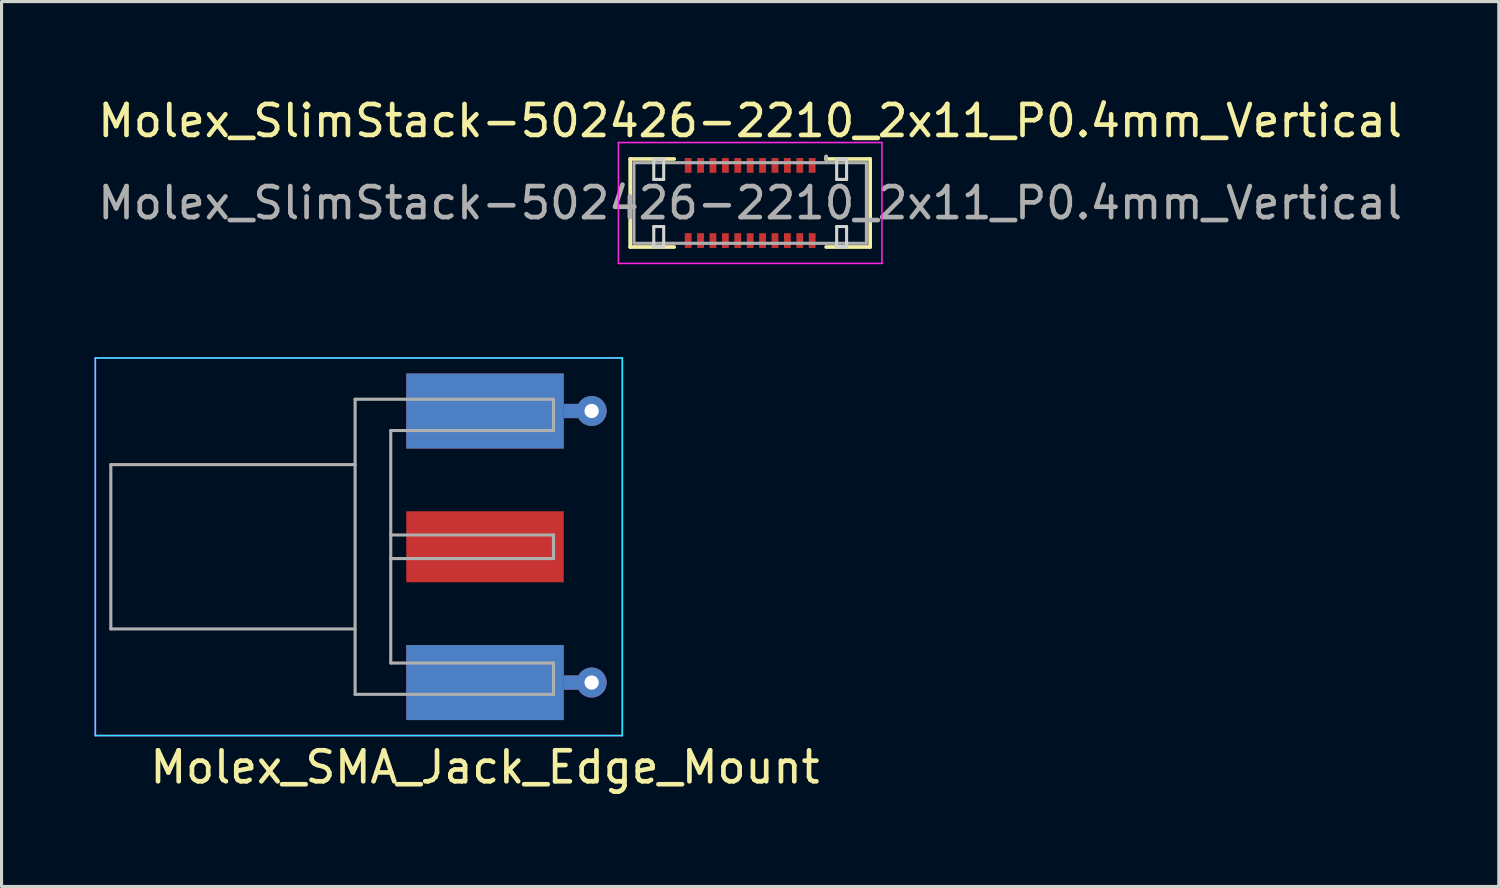
<source format=kicad_pcb>
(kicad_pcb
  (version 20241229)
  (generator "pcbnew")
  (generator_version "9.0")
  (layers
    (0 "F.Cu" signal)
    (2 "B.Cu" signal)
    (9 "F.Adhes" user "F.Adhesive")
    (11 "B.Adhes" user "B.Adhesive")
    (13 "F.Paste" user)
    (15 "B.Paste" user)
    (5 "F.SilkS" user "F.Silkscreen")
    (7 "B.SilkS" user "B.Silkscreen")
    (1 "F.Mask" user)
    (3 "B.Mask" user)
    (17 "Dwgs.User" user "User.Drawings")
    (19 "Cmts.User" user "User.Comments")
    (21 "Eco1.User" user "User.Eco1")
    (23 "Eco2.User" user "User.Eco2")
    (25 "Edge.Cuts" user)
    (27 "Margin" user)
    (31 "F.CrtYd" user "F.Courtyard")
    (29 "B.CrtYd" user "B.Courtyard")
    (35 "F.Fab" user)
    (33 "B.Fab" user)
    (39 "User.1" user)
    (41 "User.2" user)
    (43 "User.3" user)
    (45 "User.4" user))
  (footprint "Molex_SlimStack-502426-2210_2x11_P0.4mm_Vertical"
    (layer "F.Cu")
    (at 21.149 3.498)
    (property "Reference" "Molex_SlimStack-502426-2210_2x11_P0.4mm_Vertical" (at 0 -2.65 0) (layer "F.SilkS") (effects (font (size 1 1) (thickness 0.15))))
    (attr smd)
    (fp_line (start -3.87 -1.42) (end -2.45 -1.42) (stroke (width 0.12) (type solid)) (layer "F.SilkS"))
    (fp_line (start -3.87 1.42) (end -3.87 -1.42) (stroke (width 0.12) (type solid)) (layer "F.SilkS"))
    (fp_line (start -2.45 1.42) (end -3.87 1.42) (stroke (width 0.12) (type solid)) (layer "F.SilkS"))
    (fp_line (start 2.45 -1.42) (end 2.45 -1.5) (stroke (width 0.12) (type solid)) (layer "F.SilkS"))
    (fp_line (start 2.45 1.42) (end 3.87 1.42) (stroke (width 0.12) (type solid)) (layer "F.SilkS"))
    (fp_line (start 3.87 -1.42) (end 2.45 -1.42) (stroke (width 0.12) (type solid)) (layer "F.SilkS"))
    (fp_line (start 3.87 1.42) (end 3.87 -1.42) (stroke (width 0.12) (type solid)) (layer "F.SilkS"))
    (fp_line (start -3.11 -1.41) (end -3.11 -0.76) (stroke (width 0.1) (type solid)) (layer "Edge.Cuts"))
    (fp_line (start -3.11 -0.76) (end -2.79 -0.76) (stroke (width 0.1) (type solid)) (layer "Edge.Cuts"))
    (fp_line (start -3.11 0.76) (end -3.11 1.41) (stroke (width 0.1) (type solid)) (layer "Edge.Cuts"))
    (fp_line (start -3.11 1.41) (end -2.79 1.41) (stroke (width 0.1) (type solid)) (layer "Edge.Cuts"))
    (fp_line (start -2.79 -1.41) (end -3.11 -1.41) (stroke (width 0.1) (type solid)) (layer "Edge.Cuts"))
    (fp_line (start -2.79 -0.76) (end -2.79 -1.41) (stroke (width 0.1) (type solid)) (layer "Edge.Cuts"))
    (fp_line (start -2.79 0.76) (end -3.11 0.76) (stroke (width 0.1) (type solid)) (layer "Edge.Cuts"))
    (fp_line (start -2.79 1.41) (end -2.79 0.76) (stroke (width 0.1) (type solid)) (layer "Edge.Cuts"))
    (fp_line (start 2.79 -1.41) (end 2.79 -0.76) (stroke (width 0.1) (type solid)) (layer "Edge.Cuts"))
    (fp_line (start 2.79 -0.76) (end 3.11 -0.76) (stroke (width 0.1) (type solid)) (layer "Edge.Cuts"))
    (fp_line (start 2.79 0.76) (end 2.79 1.41) (stroke (width 0.1) (type solid)) (layer "Edge.Cuts"))
    (fp_line (start 2.79 1.41) (end 3.11 1.41) (stroke (width 0.1) (type solid)) (layer "Edge.Cuts"))
    (fp_line (start 3.11 -1.41) (end 2.79 -1.41) (stroke (width 0.1) (type solid)) (layer "Edge.Cuts"))
    (fp_line (start 3.11 -0.76) (end 3.11 -1.41) (stroke (width 0.1) (type solid)) (layer "Edge.Cuts"))
    (fp_line (start 3.11 0.76) (end 2.79 0.76) (stroke (width 0.1) (type solid)) (layer "Edge.Cuts"))
    (fp_line (start 3.11 1.41) (end 3.11 0.76) (stroke (width 0.1) (type solid)) (layer "Edge.Cuts"))
    (fp_line (start -4.25 -1.95) (end -4.25 1.95) (stroke (width 0.05) (type solid)) (layer "F.CrtYd"))
    (fp_line (start -4.25 1.95) (end 4.25 1.95) (stroke (width 0.05) (type solid)) (layer "F.CrtYd"))
    (fp_line (start 4.25 -1.95) (end -4.25 -1.95) (stroke (width 0.05) (type solid)) (layer "F.CrtYd"))
    (fp_line (start 4.25 1.95) (end 4.25 -1.95) (stroke (width 0.05) (type solid)) (layer "F.CrtYd"))
    (fp_line (start -3.75 -1.3) (end -3.75 1.3) (stroke (width 0.1) (type solid)) (layer "F.Fab"))
    (fp_line (start -3.75 1.3) (end 3.75 1.3) (stroke (width 0.1) (type solid)) (layer "F.Fab"))
    (fp_line (start 2.45 -1.3) (end 2.45 -1.5) (stroke (width 0.1) (type solid)) (layer "F.Fab"))
    (fp_line (start 3.75 -1.3) (end -3.75 -1.3) (stroke (width 0.1) (type solid)) (layer "F.Fab"))
    (fp_line (start 3.75 1.3) (end 3.75 -1.3) (stroke (width 0.1) (type solid)) (layer "F.Fab"))
    (fp_text user "${REFERENCE}" (at 0 0 0) (layer "F.Fab") (effects (font (size 1 1) (thickness 0.15))))
    (pad "1" smd rect (at 2 -1.212) (size 0.22 0.475) (layers "F.Cu" "F.Mask" "F.Paste"))
    (pad "2" smd rect (at 2 1.212) (size 0.22 0.475) (layers "F.Cu" "F.Mask" "F.Paste"))
    (pad "3" smd rect (at 1.6 -1.212) (size 0.22 0.475) (layers "F.Cu" "F.Mask" "F.Paste"))
    (pad "4" smd rect (at 1.6 1.212) (size 0.22 0.475) (layers "F.Cu" "F.Mask" "F.Paste"))
    (pad "5" smd rect (at 1.2 -1.212) (size 0.22 0.475) (layers "F.Cu" "F.Mask" "F.Paste"))
    (pad "6" smd rect (at 1.2 1.212) (size 0.22 0.475) (layers "F.Cu" "F.Mask" "F.Paste"))
    (pad "7" smd rect (at 0.8 -1.212) (size 0.22 0.475) (layers "F.Cu" "F.Mask" "F.Paste"))
    (pad "8" smd rect (at 0.8 1.212) (size 0.22 0.475) (layers "F.Cu" "F.Mask" "F.Paste"))
    (pad "9" smd rect (at 0.4 -1.212) (size 0.22 0.475) (layers "F.Cu" "F.Mask" "F.Paste"))
    (pad "10" smd rect (at 0.4 1.212) (size 0.22 0.475) (layers "F.Cu" "F.Mask" "F.Paste"))
    (pad "11" smd rect (at 0 -1.212) (size 0.22 0.475) (layers "F.Cu" "F.Mask" "F.Paste"))
    (pad "12" smd rect (at 0 1.212) (size 0.22 0.475) (layers "F.Cu" "F.Mask" "F.Paste"))
    (pad "13" smd rect (at -0.4 -1.212) (size 0.22 0.475) (layers "F.Cu" "F.Mask" "F.Paste"))
    (pad "14" smd rect (at -0.4 1.212) (size 0.22 0.475) (layers "F.Cu" "F.Mask" "F.Paste"))
    (pad "15" smd rect (at -0.8 -1.212) (size 0.22 0.475) (layers "F.Cu" "F.Mask" "F.Paste"))
    (pad "16" smd rect (at -0.8 1.212) (size 0.22 0.475) (layers "F.Cu" "F.Mask" "F.Paste"))
    (pad "17" smd rect (at -1.2 -1.212) (size 0.22 0.475) (layers "F.Cu" "F.Mask" "F.Paste"))
    (pad "18" smd rect (at -1.2 1.212) (size 0.22 0.475) (layers "F.Cu" "F.Mask" "F.Paste"))
    (pad "19" smd rect (at -1.6 -1.212) (size 0.22 0.475) (layers "F.Cu" "F.Mask" "F.Paste"))
    (pad "20" smd rect (at -1.6 1.212) (size 0.22 0.475) (layers "F.Cu" "F.Mask" "F.Paste"))
    (pad "21" smd rect (at -2 -1.212) (size 0.22 0.475) (layers "F.Cu" "F.Mask" "F.Paste"))
    (pad "22" smd rect (at -2 1.212) (size 0.22 0.475) (layers "F.Cu" "F.Mask" "F.Paste")))
  (footprint "Molex_SMA_Jack_Edge_Mount"
    (layer "F.Cu")
    (at 14.315 14.588)
    (property "Reference" "Molex_SMA_Jack_Edge_Mount" (at -1.72 7.11 0) (layer "F.SilkS") (effects (font (size 1 1) (thickness 0.15))))
    (attr smd)
    (fp_line (start -14.29 -6.09) (end -14.29 6.09) (stroke (width 0.05) (type solid)) (layer "B.CrtYd"))
    (fp_line (start -14.29 -6.09) (end 2.71 -6.09) (stroke (width 0.05) (type solid)) (layer "B.CrtYd"))
    (fp_line (start -14.29 6.09) (end 2.71 6.09) (stroke (width 0.05) (type solid)) (layer "B.CrtYd"))
    (fp_line (start 2.71 -6.09) (end 2.71 6.09) (stroke (width 0.05) (type solid)) (layer "B.CrtYd"))
    (fp_line (start -14.29 -6.09) (end -14.29 6.09) (stroke (width 0.05) (type solid)) (layer "F.CrtYd"))
    (fp_line (start -14.29 6.09) (end 2.71 6.09) (stroke (width 0.05) (type solid)) (layer "F.CrtYd"))
    (fp_line (start 2.71 -6.09) (end -14.29 -6.09) (stroke (width 0.05) (type solid)) (layer "F.CrtYd"))
    (fp_line (start 2.71 -6.09) (end 2.71 6.09) (stroke (width 0.05) (type solid)) (layer "F.CrtYd"))
    (fp_line (start -13.79 -2.65) (end -13.79 2.65) (stroke (width 0.1) (type solid)) (layer "F.Fab"))
    (fp_line (start -13.79 -2.65) (end -5.91 -2.65) (stroke (width 0.1) (type solid)) (layer "F.Fab"))
    (fp_line (start -13.79 2.65) (end -5.91 2.65) (stroke (width 0.1) (type solid)) (layer "F.Fab"))
    (fp_line (start -5.91 -4.76) (end -5.91 4.76) (stroke (width 0.1) (type solid)) (layer "F.Fab"))
    (fp_line (start -5.91 4.76) (end 0.49 4.76) (stroke (width 0.1) (type solid)) (layer "F.Fab"))
    (fp_line (start -4.76 -3.75) (end -4.76 3.75) (stroke (width 0.1) (type solid)) (layer "F.Fab"))
    (fp_line (start -4.76 -3.75) (end 0.49 -3.75) (stroke (width 0.1) (type solid)) (layer "F.Fab"))
    (fp_line (start -4.76 -0.38) (end 0.49 -0.38) (stroke (width 0.1) (type solid)) (layer "F.Fab"))
    (fp_line (start -4.76 0.38) (end 0.49 0.38) (stroke (width 0.1) (type solid)) (layer "F.Fab"))
    (fp_line (start -4.76 3.75) (end 0.49 3.75) (stroke (width 0.1) (type solid)) (layer "F.Fab"))
    (fp_line (start 0.49 -4.76) (end -5.91 -4.76) (stroke (width 0.1) (type solid)) (layer "F.Fab"))
    (fp_line (start 0.49 -4.76) (end 0.49 -3.75) (stroke (width 0.1) (type solid)) (layer "F.Fab"))
    (fp_line (start 0.49 -0.38) (end 0.49 0.38) (stroke (width 0.1) (type solid)) (layer "F.Fab"))
    (fp_line (start 0.49 3.75) (end 0.49 4.76) (stroke (width 0.1) (type solid)) (layer "F.Fab"))
    (pad "1" smd rect (at -1.72 0) (size 5.08 2.29) (layers "F.Cu" "F.Mask" "F.Paste"))
    (pad "2" smd rect (at -1.72 -4.38) (size 5.08 2.42) (layers "F.Cu" "F.Mask" "F.Paste"))
    (pad "2" smd rect (at -1.72 -4.38) (size 5.08 2.42) (layers "B.Cu" "B.Mask" "B.Paste"))
    (pad "2" smd rect (at -1.72 4.38) (size 5.08 2.42) (layers "F.Cu" "F.Mask" "F.Paste"))
    (pad "2" smd rect (at -1.72 4.38) (size 5.08 2.42) (layers "B.Cu" "B.Mask" "B.Paste"))
    (pad "2" smd rect (at 1.27 -4.38) (size 0.89 0.46) (layers "F.Cu"))
    (pad "2" smd rect (at 1.27 -4.38) (size 0.89 0.46) (layers "B.Cu"))
    (pad "2" smd rect (at 1.27 4.38) (size 0.89 0.46) (layers "F.Cu"))
    (pad "2" smd rect (at 1.27 4.38) (size 0.89 0.46) (layers "B.Cu"))
    (pad "2" thru_hole circle (at 1.72 -4.38) (size 0.97 0.97) (drill 0.46) (layers "*.Cu"))
    (pad "2" thru_hole circle (at 1.72 4.38) (size 0.97 0.97) (drill 0.46) (layers "*.Cu")))
  (gr_rect
    (start -3 -3)
    (end 45.298 25.547)
    (stroke (width 0.1) (type default))
    (fill no)
    (layer "Edge.Cuts")))
</source>
